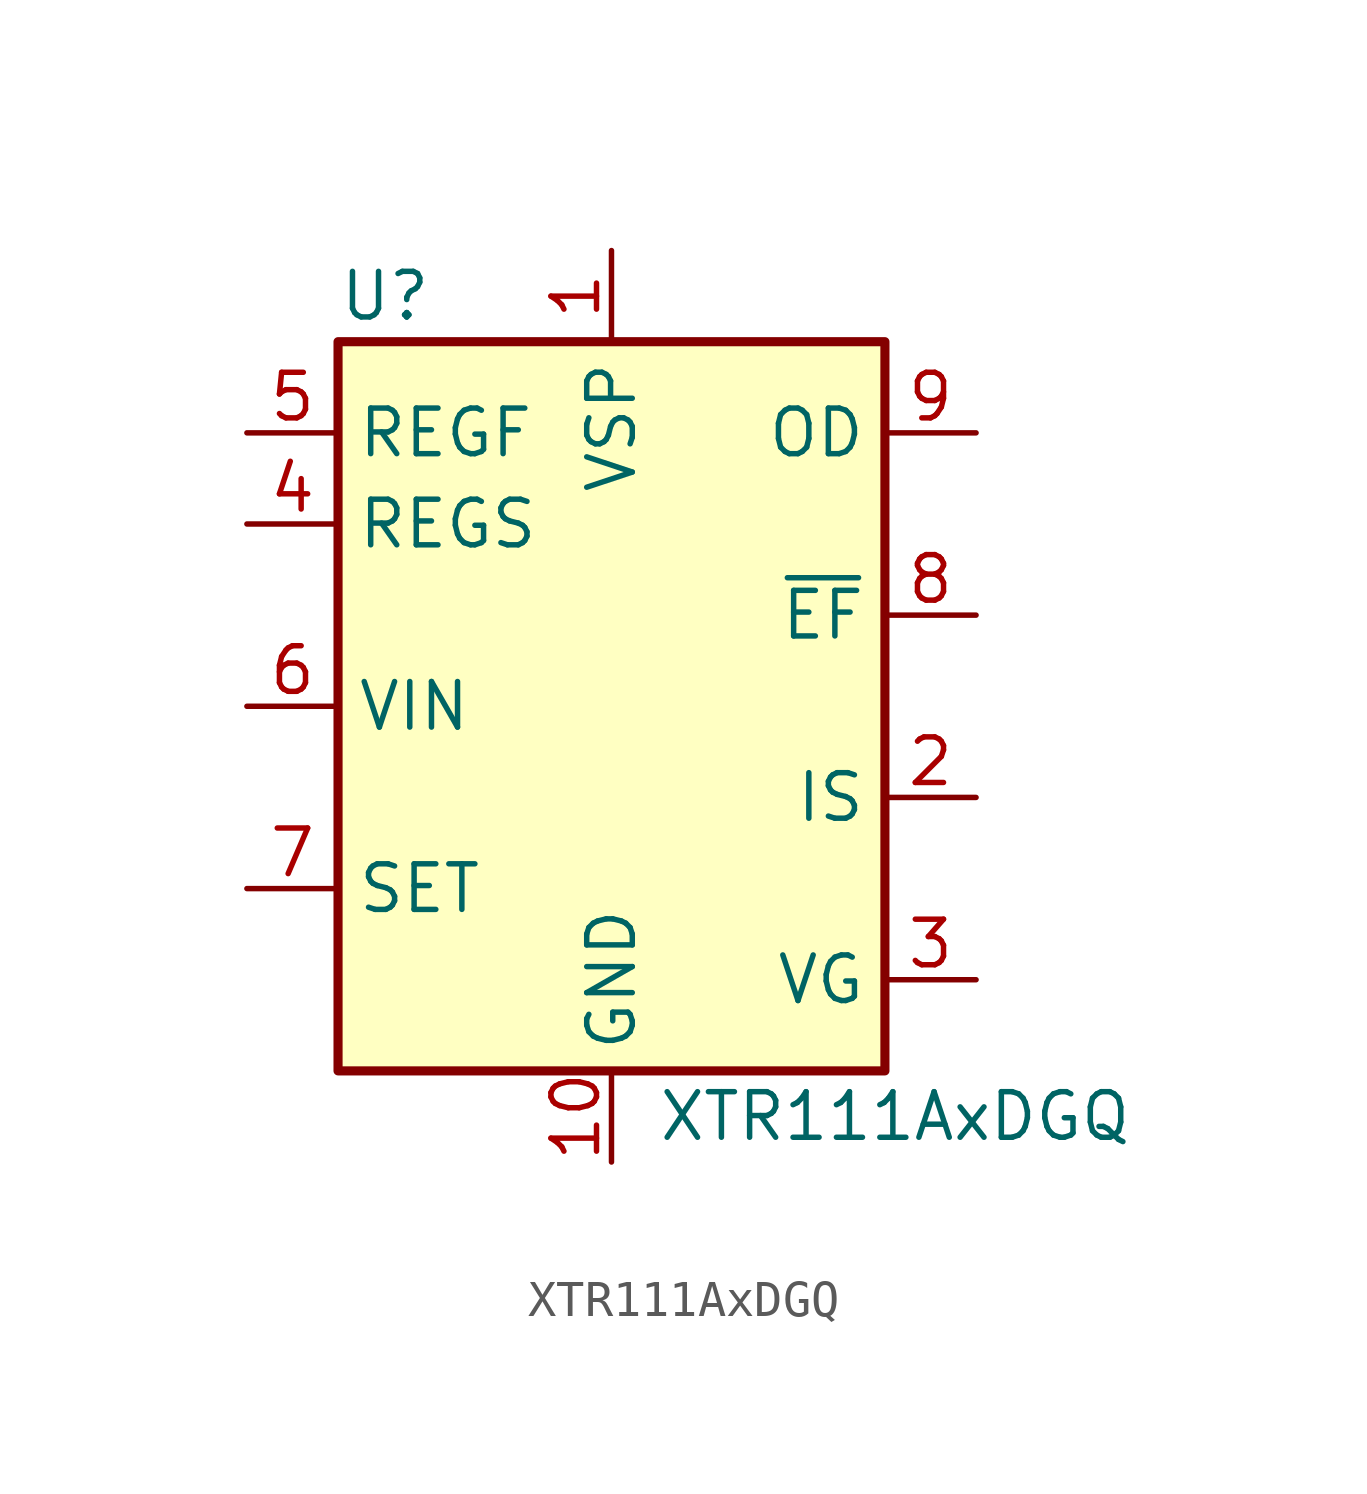
<source format=kicad_sym>
(kicad_symbol_lib
  (version 20220914)
  (generator kicad_symbol_editor)
  (symbol "XTR111AxDGQ"
    (property "Reference" "U"
      (at -7.62 11.43 0)
      (effects (font (size 1.27 1.27)) (justify left)))
    (property "Value" "XTR111AxDGQ"
      (at 1.27 -11.43 0)
      (effects (font (size 1.27 1.27)) (justify left)))
    (symbol "XTR111AxDGQ_0_1"
      (rectangle (start -7.62 10.16) (end 7.62 -10.16) (stroke (width 0.254) (type default)) (fill (type background))))
    (symbol "XTR111AxDGQ_1_1"
      (pin power_in line (at 0 12.7 270) (length 2.54) (name "VSP" (effects (font (size 1.27 1.27)))) (number "1" (effects (font (size 1.27 1.27)))))
      (pin power_in line (at 0 -12.7 90) (length 2.54) (name "GND" (effects (font (size 1.27 1.27)))) (number "10" (effects (font (size 1.27 1.27)))))
      (pin power_in line (at 0 -12.7 90) (length 2.54) hide (name "GND" (effects (font (size 1.27 1.27)))) (number "11" (effects (font (size 1.27 1.27)))))
      (pin output line (at 10.16 -2.54 180) (length 2.54) (name "IS" (effects (font (size 1.27 1.27)))) (number "2" (effects (font (size 1.27 1.27)))))
      (pin output line (at 10.16 -7.62 180) (length 2.54) (name "VG" (effects (font (size 1.27 1.27)))) (number "3" (effects (font (size 1.27 1.27)))))
      (pin input line (at -10.16 5.08 0) (length 2.54) (name "REGS" (effects (font (size 1.27 1.27)))) (number "4" (effects (font (size 1.27 1.27)))))
      (pin output line (at -10.16 7.62 0) (length 2.54) (name "REGF" (effects (font (size 1.27 1.27)))) (number "5" (effects (font (size 1.27 1.27)))))
      (pin input line (at -10.16 0 0) (length 2.54) (name "VIN" (effects (font (size 1.27 1.27)))) (number "6" (effects (font (size 1.27 1.27)))))
      (pin passive line (at -10.16 -5.08 0) (length 2.54) (name "SET" (effects (font (size 1.27 1.27)))) (number "7" (effects (font (size 1.27 1.27)))))
      (pin open_collector line (at 10.16 2.54 180) (length 2.54) (name "~{EF}" (effects (font (size 1.27 1.27)))) (number "8" (effects (font (size 1.27 1.27)))))
      (pin input line (at 10.16 7.62 180) (length 2.54) (name "OD" (effects (font (size 1.27 1.27)))) (number "9" (effects (font (size 1.27 1.27))))))))
</source>
